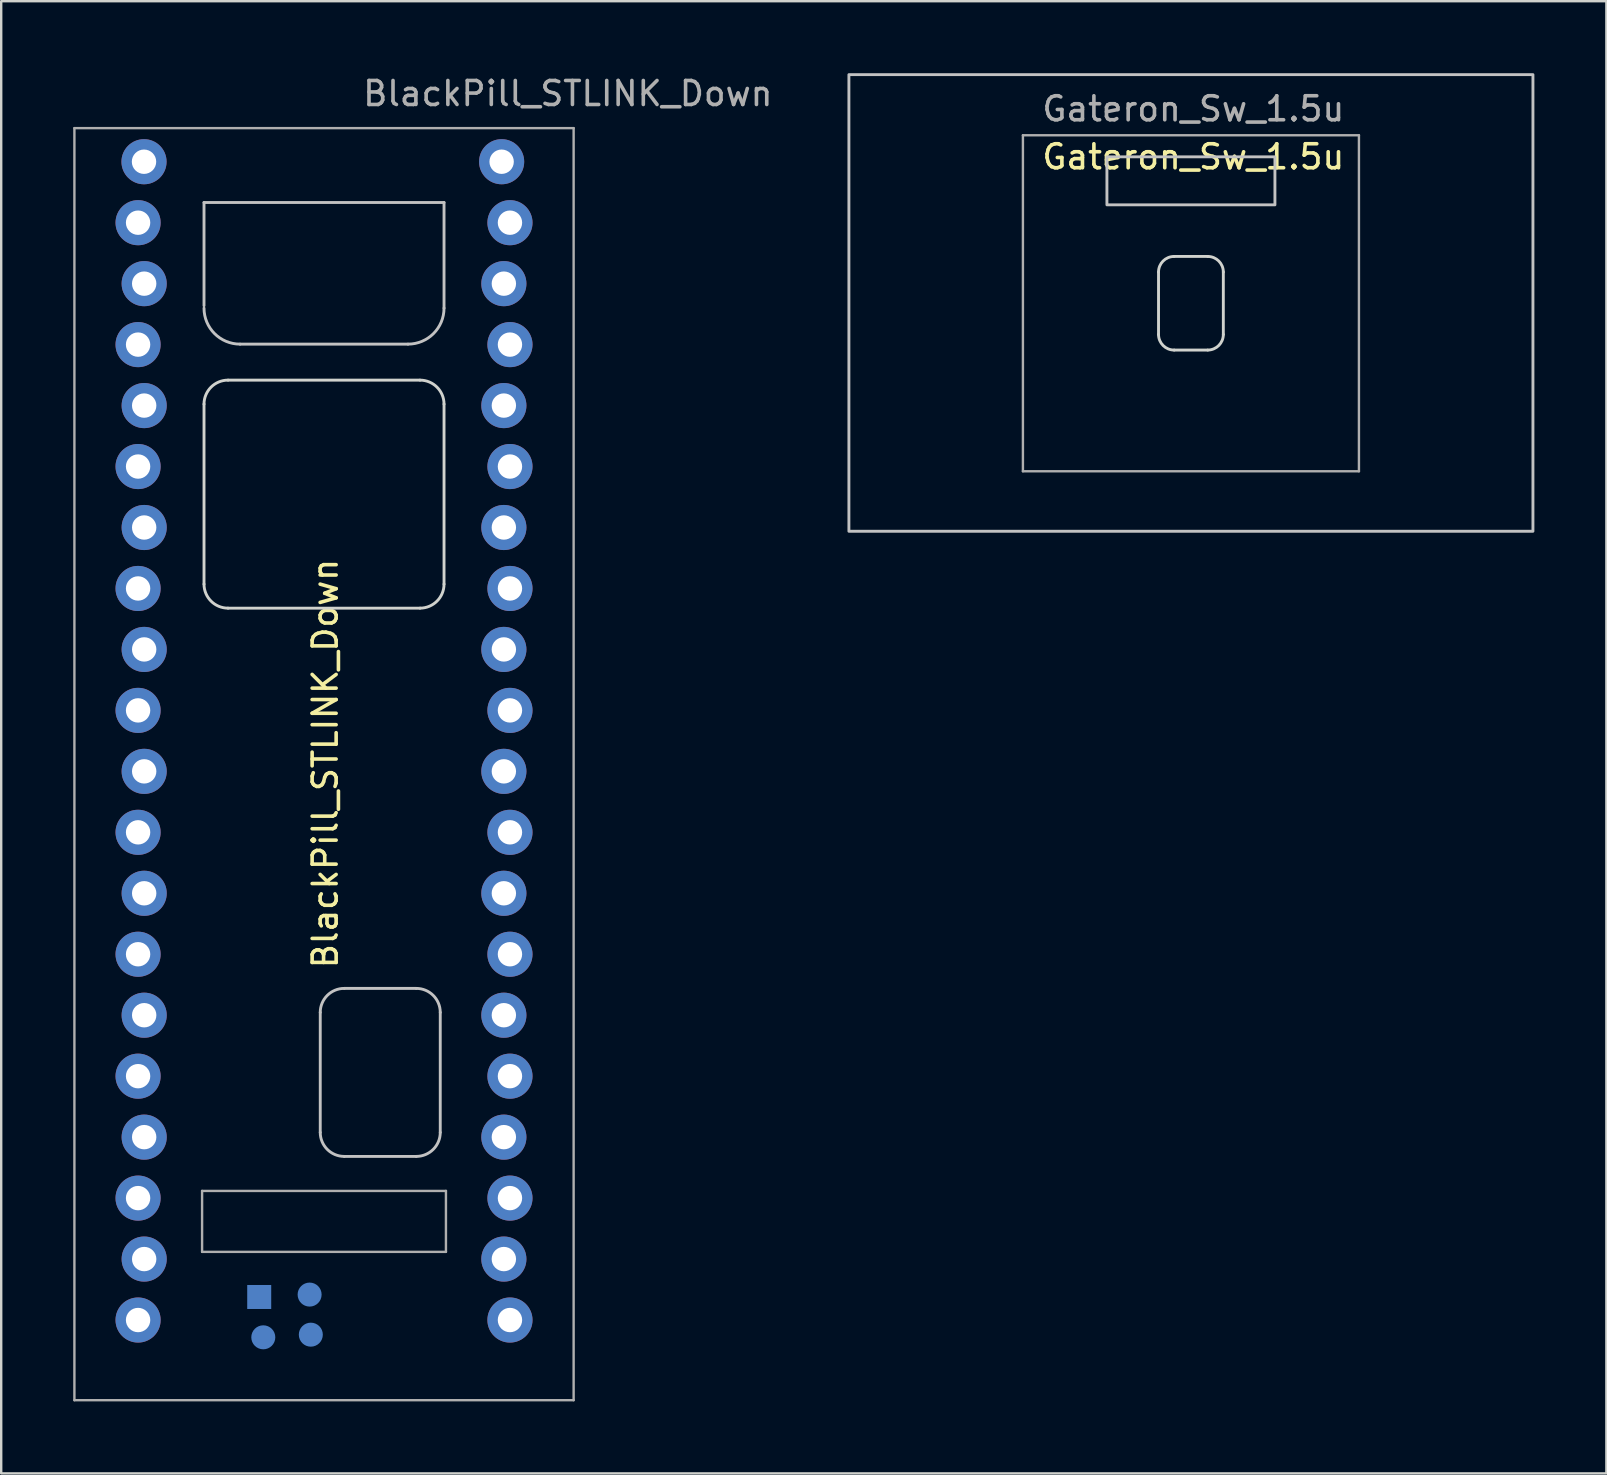
<source format=kicad_pcb>
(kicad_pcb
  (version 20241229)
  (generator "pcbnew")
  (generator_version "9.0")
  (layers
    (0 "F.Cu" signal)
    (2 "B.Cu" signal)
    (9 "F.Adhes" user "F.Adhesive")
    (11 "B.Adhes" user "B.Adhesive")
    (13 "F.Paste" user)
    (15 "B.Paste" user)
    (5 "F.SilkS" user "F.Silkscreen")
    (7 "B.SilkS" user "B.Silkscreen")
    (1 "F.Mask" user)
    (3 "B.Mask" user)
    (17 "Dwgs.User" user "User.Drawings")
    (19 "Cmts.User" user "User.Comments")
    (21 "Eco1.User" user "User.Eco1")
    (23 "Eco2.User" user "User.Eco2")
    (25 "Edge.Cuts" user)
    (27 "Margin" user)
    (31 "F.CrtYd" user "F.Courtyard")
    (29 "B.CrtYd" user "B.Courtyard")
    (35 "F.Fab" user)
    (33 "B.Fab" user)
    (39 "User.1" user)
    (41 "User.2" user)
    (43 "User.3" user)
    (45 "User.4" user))
  (footprint "Gateron_Sw_1.5u"
    (layer "F.Cu")
    (at 46.569 9.585)
    (property "Reference" "Gateron_Sw_1.5u" (at 0.1 -6.1 0) (layer "F.SilkS") (effects (font (size 1 1) (thickness 0.15))))
    (attr through_hole)
    (fp_rect (start -14.25 -9.525) (end 14.25 9.5) (stroke (width 0.12) (type solid)) (fill no) (layer "Dwgs.User"))
    (fp_rect (start -3.5 -6.1) (end 3.5 -4.1) (stroke (width 0.12) (type solid)) (fill no) (layer "Dwgs.User"))
    (fp_line (start -7 -7) (end -7 7) (stroke (width 0.1) (type solid)) (layer "Eco1.User"))
    (fp_line (start -7 7) (end 7 7) (stroke (width 0.1) (type solid)) (layer "Eco1.User"))
    (fp_line (start 7 -7) (end -7 -7) (stroke (width 0.1) (type solid)) (layer "Eco1.User"))
    (fp_line (start 7 7) (end 7 -7) (stroke (width 0.1) (type solid)) (layer "Eco1.User"))
    (fp_line (start -1.35 1.3) (end -1.35 -1.3) (stroke (width 0.12) (type solid)) (layer "Edge.Cuts"))
    (fp_line (start -0.7 -1.95) (end 0.7 -1.95) (stroke (width 0.12) (type solid)) (layer "Edge.Cuts"))
    (fp_line (start 0.7 1.95) (end -0.7 1.95) (stroke (width 0.12) (type solid)) (layer "Edge.Cuts"))
    (fp_line (start 1.35 -1.3) (end 1.35 1.3) (stroke (width 0.12) (type solid)) (layer "Edge.Cuts"))
    (fp_arc (start -1.35 -1.3) (mid -1.159619 -1.759619) (end -0.7 -1.95) (stroke (width 0.12) (type solid)) (layer "Edge.Cuts"))
    (fp_arc (start -0.7 1.95) (mid -1.159619 1.759619) (end -1.35 1.3) (stroke (width 0.12) (type solid)) (layer "Edge.Cuts"))
    (fp_arc (start 0.7 -1.95) (mid 1.159619 -1.759619) (end 1.35 -1.3) (stroke (width 0.12) (type solid)) (layer "Edge.Cuts"))
    (fp_arc (start 1.35 1.3) (mid 1.159619 1.759619) (end 0.7 1.95) (stroke (width 0.12) (type solid)) (layer "Edge.Cuts"))
    (fp_line (start -7 -7) (end -7 7) (stroke (width 0.1) (type solid)) (layer "F.Fab"))
    (fp_line (start -7 7) (end 7 7) (stroke (width 0.1) (type solid)) (layer "F.Fab"))
    (fp_line (start 7 -7) (end -7 -7) (stroke (width 0.1) (type solid)) (layer "F.Fab"))
    (fp_line (start 7 7) (end 7 -7) (stroke (width 0.1) (type solid)) (layer "F.Fab"))
    (fp_text user "${REFERENCE}" (at 0.1 -8.1 0) (layer "F.Fab") (effects (font (size 1 1) (thickness 0.15)))))
  (footprint "BlackPill_STLINK_Down"
    (layer "F.Cu")
    (at 10.45 28.788)
    (property "Reference" "BlackPill_STLINK_Down" (at 0.05 -0.025 90) (layer "F.SilkS") (effects (font (size 1 1) (thickness 0.15))))
    (attr through_hole)
    (fp_line (start -5 -19.1) (end -5 -23.4) (stroke (width 0.12) (type solid)) (layer "Dwgs.User"))
    (fp_line (start -3.5 -17.5) (end 3.5 -17.5) (stroke (width 0.12) (type solid)) (layer "Dwgs.User"))
    (fp_line (start -0.157 15.343) (end -0.157 10.343) (stroke (width 0.12) (type solid)) (layer "Dwgs.User"))
    (fp_line (start 0.843 9.343) (end 3.843 9.343) (stroke (width 0.12) (type solid)) (layer "Dwgs.User"))
    (fp_line (start 3.843 16.343) (end 0.843 16.343) (stroke (width 0.12) (type solid)) (layer "Dwgs.User"))
    (fp_line (start 4.843 10.343) (end 4.843 15.343) (stroke (width 0.12) (type solid)) (layer "Dwgs.User"))
    (fp_line (start 5 -23.4) (end -5 -23.4) (stroke (width 0.12) (type solid)) (layer "Dwgs.User"))
    (fp_line (start 5 -19) (end 5 -23.4) (stroke (width 0.12) (type solid)) (layer "Dwgs.User"))
    (fp_arc (start -3.5 -17.5) (mid -4.56066 -17.93934) (end -5 -19) (stroke (width 0.12) (type solid)) (layer "Dwgs.User"))
    (fp_arc (start -0.157107 10.342893) (mid 0.135786 9.635786) (end 0.842893 9.342893) (stroke (width 0.12) (type solid)) (layer "Dwgs.User"))
    (fp_arc (start 0.842893 16.342893) (mid 0.135786 16.05) (end -0.157107 15.342893) (stroke (width 0.12) (type solid)) (layer "Dwgs.User"))
    (fp_arc (start 3.842893 9.342893) (mid 4.55 9.635786) (end 4.842893 10.342893) (stroke (width 0.12) (type solid)) (layer "Dwgs.User"))
    (fp_arc (start 4.842893 15.342893) (mid 4.55 16.05) (end 3.842893 16.342893) (stroke (width 0.12) (type solid)) (layer "Dwgs.User"))
    (fp_arc (start 5 -19) (mid 4.56066 -17.93934) (end 3.5 -17.5) (stroke (width 0.12) (type solid)) (layer "Dwgs.User"))
    (fp_line (start -5 -7.5) (end -5 -15) (stroke (width 0.12) (type solid)) (layer "Edge.Cuts"))
    (fp_line (start -4 -16) (end 4 -16) (stroke (width 0.12) (type solid)) (layer "Edge.Cuts"))
    (fp_line (start 4 -6.5) (end -4 -6.5) (stroke (width 0.12) (type solid)) (layer "Edge.Cuts"))
    (fp_line (start 5 -15) (end 5 -7.5) (stroke (width 0.12) (type solid)) (layer "Edge.Cuts"))
    (fp_arc (start -5 -15) (mid -4.707107 -15.707107) (end -4 -16) (stroke (width 0.12) (type solid)) (layer "Edge.Cuts"))
    (fp_arc (start -4 -6.5) (mid -4.707107 -6.792893) (end -5 -7.5) (stroke (width 0.12) (type solid)) (layer "Edge.Cuts"))
    (fp_arc (start 4 -16) (mid 4.707107 -15.707107) (end 5 -15) (stroke (width 0.12) (type solid)) (layer "Edge.Cuts"))
    (fp_arc (start 5 -7.5) (mid 4.707107 -6.792893) (end 4 -6.5) (stroke (width 0.12) (type solid)) (layer "Edge.Cuts"))
    (fp_line (start -10.4 -26.5) (end -10.4 26.5) (stroke (width 0.1) (type solid)) (layer "F.Fab"))
    (fp_line (start -10.4 26.5) (end 10.4 26.5) (stroke (width 0.1) (type solid)) (layer "F.Fab"))
    (fp_line (start -5.08 17.78) (end 5.08 17.78) (stroke (width 0.1) (type solid)) (layer "F.Fab"))
    (fp_line (start -5.08 20.32) (end -5.08 17.78) (stroke (width 0.1) (type solid)) (layer "F.Fab"))
    (fp_line (start 5.08 17.78) (end 5.08 20.32) (stroke (width 0.1) (type solid)) (layer "F.Fab"))
    (fp_line (start 5.08 20.32) (end -5.08 20.32) (stroke (width 0.1) (type solid)) (layer "F.Fab"))
    (fp_line (start 10.4 -26.5) (end -10.4 -26.5) (stroke (width 0.1) (type solid)) (layer "F.Fab"))
    (fp_line (start 10.4 26.5) (end 10.4 -26.5) (stroke (width 0.1) (type solid)) (layer "F.Fab"))
    (fp_text user "${REFERENCE}" (at 10.16 -27.94 180) (layer "F.Fab") (effects (font (size 1 1) (thickness 0.15))))
    (pad "1" thru_hole circle (at 7.4 -25.1 90) (size 1.88 1.88) (drill 1.016) (layers "*.Cu" "*.Mask"))
    (pad "2" thru_hole circle (at 7.747 -22.56 90) (size 1.88 1.88) (drill 1.016) (layers "*.Cu" "*.Mask"))
    (pad "3" thru_hole circle (at 7.493 -20.02 90) (size 1.88 1.88) (drill 1.016) (layers "*.Cu" "*.Mask"))
    (pad "4" thru_hole circle (at 7.747 -17.48 90) (size 1.88 1.88) (drill 1.016) (layers "*.Cu" "*.Mask"))
    (pad "5" thru_hole circle (at 7.493 -14.94 90) (size 1.88 1.88) (drill 1.016) (layers "*.Cu" "*.Mask"))
    (pad "6" thru_hole circle (at 7.747 -12.4 90) (size 1.88 1.88) (drill 1.016) (layers "*.Cu" "*.Mask"))
    (pad "7" thru_hole circle (at 7.493 -9.86 90) (size 1.88 1.88) (drill 1.016) (layers "*.Cu" "*.Mask"))
    (pad "8" thru_hole circle (at 7.747 -7.32 90) (size 1.88 1.88) (drill 1.016) (layers "*.Cu" "*.Mask"))
    (pad "9" thru_hole circle (at 7.493 -4.78 90) (size 1.88 1.88) (drill 1.016) (layers "*.Cu" "*.Mask"))
    (pad "10" thru_hole circle (at 7.747 -2.24 90) (size 1.88 1.88) (drill 1.016) (layers "*.Cu" "*.Mask"))
    (pad "11" thru_hole circle (at 7.493 0.3 90) (size 1.88 1.88) (drill 1.016) (layers "*.Cu" "*.Mask"))
    (pad "12" thru_hole circle (at 7.747 2.84 90) (size 1.88 1.88) (drill 1.016) (layers "*.Cu" "*.Mask"))
    (pad "13" thru_hole circle (at 7.493 5.38 90) (size 1.88 1.88) (drill 1.016) (layers "*.Cu" "*.Mask"))
    (pad "14" thru_hole circle (at 7.747 7.92 90) (size 1.88 1.88) (drill 1.016) (layers "*.Cu" "*.Mask"))
    (pad "15" thru_hole circle (at 7.493 10.46 90) (size 1.88 1.88) (drill 1.016) (layers "*.Cu" "*.Mask"))
    (pad "16" thru_hole circle (at 7.747 13 90) (size 1.88 1.88) (drill 1.016) (layers "*.Cu" "*.Mask"))
    (pad "17" thru_hole circle (at 7.493 15.54 90) (size 1.88 1.88) (drill 1.016) (layers "*.Cu" "*.Mask"))
    (pad "18" thru_hole circle (at 7.747 18.08 90) (size 1.88 1.88) (drill 1.016) (layers "*.Cu" "*.Mask"))
    (pad "19" thru_hole circle (at 7.493 20.62 90) (size 1.88 1.88) (drill 1.016) (layers "*.Cu" "*.Mask"))
    (pad "20" thru_hole circle (at 7.747 23.16 90) (size 1.88 1.88) (drill 1.016) (layers "*.Cu" "*.Mask"))
    (pad "21" thru_hole circle (at -7.747 23.16 270) (size 1.88 1.88) (drill 1.016) (layers "*.Cu" "*.Mask"))
    (pad "22" thru_hole circle (at -7.493 20.62 270) (size 1.88 1.88) (drill 1.016) (layers "*.Cu" "*.Mask"))
    (pad "23" thru_hole circle (at -7.747 18.08 270) (size 1.88 1.88) (drill 1.016) (layers "*.Cu" "*.Mask"))
    (pad "24" thru_hole circle (at -7.493 15.54 270) (size 1.88 1.88) (drill 1.016) (layers "*.Cu" "*.Mask"))
    (pad "25" thru_hole circle (at -7.747 13 270) (size 1.88 1.88) (drill 1.016) (layers "*.Cu" "*.Mask"))
    (pad "26" thru_hole circle (at -7.493 10.46 270) (size 1.88 1.88) (drill 1.016) (layers "*.Cu" "*.Mask"))
    (pad "27" thru_hole circle (at -7.747 7.92 270) (size 1.88 1.88) (drill 1.016) (layers "*.Cu" "*.Mask"))
    (pad "28" thru_hole circle (at -7.493 5.38 270) (size 1.88 1.88) (drill 1.016) (layers "*.Cu" "*.Mask"))
    (pad "29" thru_hole circle (at -7.747 2.84 270) (size 1.88 1.88) (drill 1.016) (layers "*.Cu" "*.Mask"))
    (pad "30" thru_hole circle (at -7.493 0.3 270) (size 1.88 1.88) (drill 1.016) (layers "*.Cu" "*.Mask"))
    (pad "31" thru_hole circle (at -7.747 -2.24 270) (size 1.88 1.88) (drill 1.016) (layers "*.Cu" "*.Mask"))
    (pad "32" thru_hole circle (at -7.493 -4.78 270) (size 1.88 1.88) (drill 1.016) (layers "*.Cu" "*.Mask"))
    (pad "33" thru_hole circle (at -7.747 -7.32 270) (size 1.88 1.88) (drill 1.016) (layers "*.Cu" "*.Mask"))
    (pad "34" thru_hole circle (at -7.493 -9.86 270) (size 1.88 1.88) (drill 1.016) (layers "*.Cu" "*.Mask"))
    (pad "35" thru_hole circle (at -7.747 -12.4 270) (size 1.88 1.88) (drill 1.016) (layers "*.Cu" "*.Mask"))
    (pad "36" thru_hole circle (at -7.493 -14.94 270) (size 1.88 1.88) (drill 1.016) (layers "*.Cu" "*.Mask"))
    (pad "37" thru_hole circle (at -7.747 -17.48 270) (size 1.88 1.88) (drill 1.016) (layers "*.Cu" "*.Mask"))
    (pad "38" thru_hole circle (at -7.493 -20.02 270) (size 1.88 1.88) (drill 1.016) (layers "*.Cu" "*.Mask"))
    (pad "39" thru_hole circle (at -7.747 -22.56 270) (size 1.88 1.88) (drill 1.016) (layers "*.Cu" "*.Mask"))
    (pad "40" thru_hole circle (at -7.5 -25.1 270) (size 1.88 1.88) (drill 1.016) (layers "*.Cu" "*.Mask"))
    (pad "41" smd rect (at -2.7 22.2 90) (size 1 1) (layers "B.Cu" "B.Mask" "B.Paste"))
    (pad "42" smd circle (at -2.53 23.88 90) (size 1 1) (layers "B.Cu" "B.Mask" "B.Paste"))
    (pad "43" smd circle (at -0.6 22.1 90) (size 1 1) (layers "B.Cu" "B.Mask" "B.Paste"))
    (pad "44" smd circle (at -0.55 23.77 90) (size 1 1) (layers "B.Cu" "B.Mask" "B.Paste")))
  (gr_rect
    (start -3 -3)
    (end 63.879 58.338)
    (stroke (width 0.1) (type default))
    (fill no)
    (layer "Edge.Cuts")))
</source>
